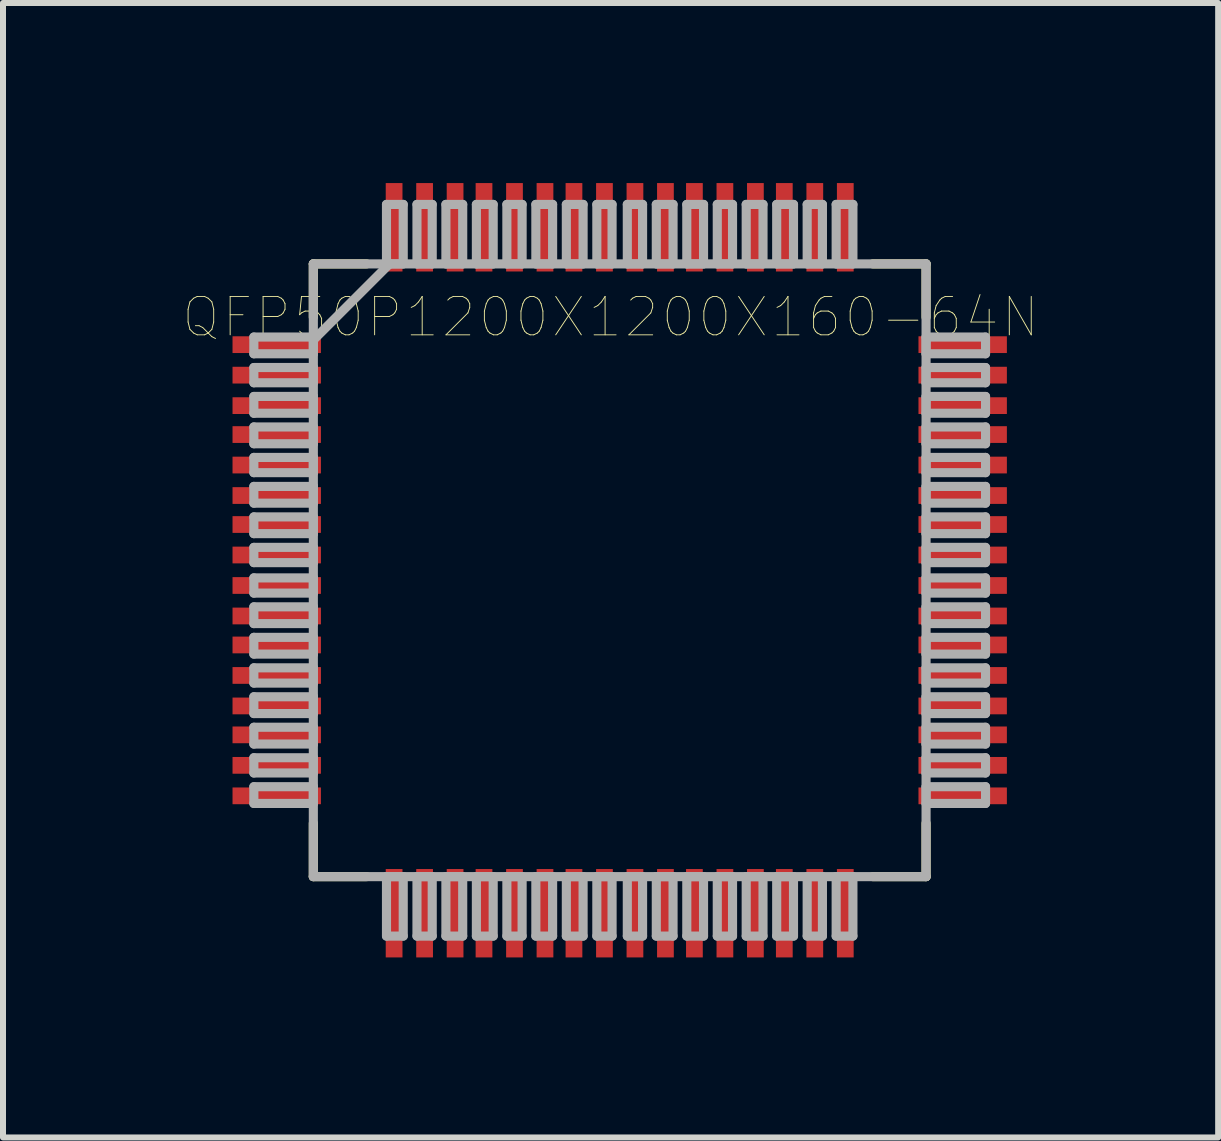
<source format=kicad_pcb>
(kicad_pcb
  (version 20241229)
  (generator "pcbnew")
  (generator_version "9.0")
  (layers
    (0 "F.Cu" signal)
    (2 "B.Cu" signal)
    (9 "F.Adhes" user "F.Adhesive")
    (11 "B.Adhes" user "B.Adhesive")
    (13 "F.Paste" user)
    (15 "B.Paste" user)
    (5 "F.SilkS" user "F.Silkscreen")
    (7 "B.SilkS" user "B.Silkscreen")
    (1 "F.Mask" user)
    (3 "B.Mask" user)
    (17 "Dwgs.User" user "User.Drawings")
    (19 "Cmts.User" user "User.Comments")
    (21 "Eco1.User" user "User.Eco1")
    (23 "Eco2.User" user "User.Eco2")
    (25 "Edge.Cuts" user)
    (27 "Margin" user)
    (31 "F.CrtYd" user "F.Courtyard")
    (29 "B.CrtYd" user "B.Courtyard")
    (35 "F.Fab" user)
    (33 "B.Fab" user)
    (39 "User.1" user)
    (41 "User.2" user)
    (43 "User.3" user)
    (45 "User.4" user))
  (footprint "QFP50P1200X1200X160-64N"
    (layer "F.Cu")
    (at 7.276 6.452)
    (property "Reference" "QFP50P1200X1200X160-64N" (at -0.152 -4.218 0) (layer "F.SilkS") (effects (font (size 0.64 0.64) (thickness 0.015))))
    (attr through_hole)
    (fp_line (start -5.105 -5.105) (end -5.105 -4.216) (stroke (width 0.152) (type solid)) (layer "F.SilkS"))
    (fp_line (start -5.105 4.216) (end -5.105 5.105) (stroke (width 0.152) (type solid)) (layer "F.SilkS"))
    (fp_line (start -5.105 5.105) (end -4.216 5.105) (stroke (width 0.152) (type solid)) (layer "F.SilkS"))
    (fp_line (start -4.216 -5.105) (end -5.105 -5.105) (stroke (width 0.152) (type solid)) (layer "F.SilkS"))
    (fp_line (start 4.216 5.105) (end 5.105 5.105) (stroke (width 0.152) (type solid)) (layer "F.SilkS"))
    (fp_line (start 5.105 -5.105) (end 4.216 -5.105) (stroke (width 0.152) (type solid)) (layer "F.SilkS"))
    (fp_line (start 5.105 -4.216) (end 5.105 -5.105) (stroke (width 0.152) (type solid)) (layer "F.SilkS"))
    (fp_line (start 5.105 5.105) (end 5.105 4.216) (stroke (width 0.152) (type solid)) (layer "F.SilkS"))
    (fp_line (start -6.096 -3.886) (end -6.096 -3.607) (stroke (width 0.152) (type solid)) (layer "F.Fab"))
    (fp_line (start -6.096 -3.607) (end -5.105 -3.607) (stroke (width 0.152) (type solid)) (layer "F.Fab"))
    (fp_line (start -6.096 -3.378) (end -6.096 -3.124) (stroke (width 0.152) (type solid)) (layer "F.Fab"))
    (fp_line (start -6.096 -3.124) (end -5.105 -3.124) (stroke (width 0.152) (type solid)) (layer "F.Fab"))
    (fp_line (start -6.096 -2.896) (end -6.096 -2.616) (stroke (width 0.152) (type solid)) (layer "F.Fab"))
    (fp_line (start -6.096 -2.616) (end -5.105 -2.616) (stroke (width 0.152) (type solid)) (layer "F.Fab"))
    (fp_line (start -6.096 -2.388) (end -6.096 -2.108) (stroke (width 0.152) (type solid)) (layer "F.Fab"))
    (fp_line (start -6.096 -2.108) (end -5.105 -2.108) (stroke (width 0.152) (type solid)) (layer "F.Fab"))
    (fp_line (start -6.096 -1.88) (end -6.096 -1.626) (stroke (width 0.152) (type solid)) (layer "F.Fab"))
    (fp_line (start -6.096 -1.626) (end -5.105 -1.626) (stroke (width 0.152) (type solid)) (layer "F.Fab"))
    (fp_line (start -6.096 -1.397) (end -6.096 -1.118) (stroke (width 0.152) (type solid)) (layer "F.Fab"))
    (fp_line (start -6.096 -1.118) (end -5.105 -1.118) (stroke (width 0.152) (type solid)) (layer "F.Fab"))
    (fp_line (start -6.096 -0.889) (end -6.096 -0.61) (stroke (width 0.152) (type solid)) (layer "F.Fab"))
    (fp_line (start -6.096 -0.61) (end -5.105 -0.61) (stroke (width 0.152) (type solid)) (layer "F.Fab"))
    (fp_line (start -6.096 -0.381) (end -6.096 -0.127) (stroke (width 0.152) (type solid)) (layer "F.Fab"))
    (fp_line (start -6.096 -0.127) (end -5.105 -0.127) (stroke (width 0.152) (type solid)) (layer "F.Fab"))
    (fp_line (start -6.096 0.127) (end -6.096 0.381) (stroke (width 0.152) (type solid)) (layer "F.Fab"))
    (fp_line (start -6.096 0.381) (end -5.105 0.381) (stroke (width 0.152) (type solid)) (layer "F.Fab"))
    (fp_line (start -6.096 0.61) (end -6.096 0.889) (stroke (width 0.152) (type solid)) (layer "F.Fab"))
    (fp_line (start -6.096 0.889) (end -5.105 0.889) (stroke (width 0.152) (type solid)) (layer "F.Fab"))
    (fp_line (start -6.096 1.118) (end -6.096 1.397) (stroke (width 0.152) (type solid)) (layer "F.Fab"))
    (fp_line (start -6.096 1.397) (end -5.105 1.397) (stroke (width 0.152) (type solid)) (layer "F.Fab"))
    (fp_line (start -6.096 1.626) (end -6.096 1.88) (stroke (width 0.152) (type solid)) (layer "F.Fab"))
    (fp_line (start -6.096 1.88) (end -5.105 1.88) (stroke (width 0.152) (type solid)) (layer "F.Fab"))
    (fp_line (start -6.096 2.108) (end -6.096 2.388) (stroke (width 0.152) (type solid)) (layer "F.Fab"))
    (fp_line (start -6.096 2.388) (end -5.105 2.388) (stroke (width 0.152) (type solid)) (layer "F.Fab"))
    (fp_line (start -6.096 2.616) (end -6.096 2.896) (stroke (width 0.152) (type solid)) (layer "F.Fab"))
    (fp_line (start -6.096 2.896) (end -5.105 2.896) (stroke (width 0.152) (type solid)) (layer "F.Fab"))
    (fp_line (start -6.096 3.124) (end -6.096 3.378) (stroke (width 0.152) (type solid)) (layer "F.Fab"))
    (fp_line (start -6.096 3.378) (end -5.105 3.378) (stroke (width 0.152) (type solid)) (layer "F.Fab"))
    (fp_line (start -6.096 3.607) (end -6.096 3.886) (stroke (width 0.152) (type solid)) (layer "F.Fab"))
    (fp_line (start -6.096 3.886) (end -5.105 3.886) (stroke (width 0.152) (type solid)) (layer "F.Fab"))
    (fp_line (start -5.105 -5.105) (end -5.105 5.105) (stroke (width 0.152) (type solid)) (layer "F.Fab"))
    (fp_line (start -5.105 -3.886) (end -6.096 -3.886) (stroke (width 0.152) (type solid)) (layer "F.Fab"))
    (fp_line (start -5.105 -3.835) (end -5.105 -3.886) (stroke (width 0.152) (type solid)) (layer "F.Fab"))
    (fp_line (start -5.105 -3.835) (end -3.835 -5.105) (stroke (width 0.152) (type solid)) (layer "F.Fab"))
    (fp_line (start -5.105 -3.607) (end -5.105 -3.835) (stroke (width 0.152) (type solid)) (layer "F.Fab"))
    (fp_line (start -5.105 -3.378) (end -6.096 -3.378) (stroke (width 0.152) (type solid)) (layer "F.Fab"))
    (fp_line (start -5.105 -3.124) (end -5.105 -3.378) (stroke (width 0.152) (type solid)) (layer "F.Fab"))
    (fp_line (start -5.105 -2.896) (end -6.096 -2.896) (stroke (width 0.152) (type solid)) (layer "F.Fab"))
    (fp_line (start -5.105 -2.616) (end -5.105 -2.896) (stroke (width 0.152) (type solid)) (layer "F.Fab"))
    (fp_line (start -5.105 -2.388) (end -6.096 -2.388) (stroke (width 0.152) (type solid)) (layer "F.Fab"))
    (fp_line (start -5.105 -2.108) (end -5.105 -2.388) (stroke (width 0.152) (type solid)) (layer "F.Fab"))
    (fp_line (start -5.105 -1.88) (end -6.096 -1.88) (stroke (width 0.152) (type solid)) (layer "F.Fab"))
    (fp_line (start -5.105 -1.626) (end -5.105 -1.88) (stroke (width 0.152) (type solid)) (layer "F.Fab"))
    (fp_line (start -5.105 -1.397) (end -6.096 -1.397) (stroke (width 0.152) (type solid)) (layer "F.Fab"))
    (fp_line (start -5.105 -1.118) (end -5.105 -1.397) (stroke (width 0.152) (type solid)) (layer "F.Fab"))
    (fp_line (start -5.105 -0.889) (end -6.096 -0.889) (stroke (width 0.152) (type solid)) (layer "F.Fab"))
    (fp_line (start -5.105 -0.61) (end -5.105 -0.889) (stroke (width 0.152) (type solid)) (layer "F.Fab"))
    (fp_line (start -5.105 -0.381) (end -6.096 -0.381) (stroke (width 0.152) (type solid)) (layer "F.Fab"))
    (fp_line (start -5.105 -0.127) (end -5.105 -0.381) (stroke (width 0.152) (type solid)) (layer "F.Fab"))
    (fp_line (start -5.105 0.127) (end -6.096 0.127) (stroke (width 0.152) (type solid)) (layer "F.Fab"))
    (fp_line (start -5.105 0.381) (end -5.105 0.127) (stroke (width 0.152) (type solid)) (layer "F.Fab"))
    (fp_line (start -5.105 0.61) (end -6.096 0.61) (stroke (width 0.152) (type solid)) (layer "F.Fab"))
    (fp_line (start -5.105 0.889) (end -5.105 0.61) (stroke (width 0.152) (type solid)) (layer "F.Fab"))
    (fp_line (start -5.105 1.118) (end -6.096 1.118) (stroke (width 0.152) (type solid)) (layer "F.Fab"))
    (fp_line (start -5.105 1.397) (end -5.105 1.118) (stroke (width 0.152) (type solid)) (layer "F.Fab"))
    (fp_line (start -5.105 1.626) (end -6.096 1.626) (stroke (width 0.152) (type solid)) (layer "F.Fab"))
    (fp_line (start -5.105 1.88) (end -5.105 1.626) (stroke (width 0.152) (type solid)) (layer "F.Fab"))
    (fp_line (start -5.105 2.108) (end -6.096 2.108) (stroke (width 0.152) (type solid)) (layer "F.Fab"))
    (fp_line (start -5.105 2.388) (end -5.105 2.108) (stroke (width 0.152) (type solid)) (layer "F.Fab"))
    (fp_line (start -5.105 2.616) (end -6.096 2.616) (stroke (width 0.152) (type solid)) (layer "F.Fab"))
    (fp_line (start -5.105 2.896) (end -5.105 2.616) (stroke (width 0.152) (type solid)) (layer "F.Fab"))
    (fp_line (start -5.105 3.124) (end -6.096 3.124) (stroke (width 0.152) (type solid)) (layer "F.Fab"))
    (fp_line (start -5.105 3.378) (end -5.105 3.124) (stroke (width 0.152) (type solid)) (layer "F.Fab"))
    (fp_line (start -5.105 3.607) (end -6.096 3.607) (stroke (width 0.152) (type solid)) (layer "F.Fab"))
    (fp_line (start -5.105 3.886) (end -5.105 3.607) (stroke (width 0.152) (type solid)) (layer "F.Fab"))
    (fp_line (start -5.105 5.105) (end 5.105 5.105) (stroke (width 0.152) (type solid)) (layer "F.Fab"))
    (fp_line (start -3.886 -6.096) (end -3.886 -5.105) (stroke (width 0.152) (type solid)) (layer "F.Fab"))
    (fp_line (start -3.886 -5.105) (end -3.835 -5.105) (stroke (width 0.152) (type solid)) (layer "F.Fab"))
    (fp_line (start -3.886 5.105) (end -3.886 6.096) (stroke (width 0.152) (type solid)) (layer "F.Fab"))
    (fp_line (start -3.886 6.096) (end -3.607 6.096) (stroke (width 0.152) (type solid)) (layer "F.Fab"))
    (fp_line (start -3.835 -5.105) (end -3.607 -5.105) (stroke (width 0.152) (type solid)) (layer "F.Fab"))
    (fp_line (start -3.607 -6.096) (end -3.886 -6.096) (stroke (width 0.152) (type solid)) (layer "F.Fab"))
    (fp_line (start -3.607 -5.105) (end -3.607 -6.096) (stroke (width 0.152) (type solid)) (layer "F.Fab"))
    (fp_line (start -3.607 5.105) (end -3.886 5.105) (stroke (width 0.152) (type solid)) (layer "F.Fab"))
    (fp_line (start -3.607 6.096) (end -3.607 5.105) (stroke (width 0.152) (type solid)) (layer "F.Fab"))
    (fp_line (start -3.378 -6.096) (end -3.378 -5.105) (stroke (width 0.152) (type solid)) (layer "F.Fab"))
    (fp_line (start -3.378 -5.105) (end -3.124 -5.105) (stroke (width 0.152) (type solid)) (layer "F.Fab"))
    (fp_line (start -3.378 5.105) (end -3.378 6.096) (stroke (width 0.152) (type solid)) (layer "F.Fab"))
    (fp_line (start -3.378 6.096) (end -3.124 6.096) (stroke (width 0.152) (type solid)) (layer "F.Fab"))
    (fp_line (start -3.124 -6.096) (end -3.378 -6.096) (stroke (width 0.152) (type solid)) (layer "F.Fab"))
    (fp_line (start -3.124 -5.105) (end -3.124 -6.096) (stroke (width 0.152) (type solid)) (layer "F.Fab"))
    (fp_line (start -3.124 5.105) (end -3.378 5.105) (stroke (width 0.152) (type solid)) (layer "F.Fab"))
    (fp_line (start -3.124 6.096) (end -3.124 5.105) (stroke (width 0.152) (type solid)) (layer "F.Fab"))
    (fp_line (start -2.896 -6.096) (end -2.896 -5.105) (stroke (width 0.152) (type solid)) (layer "F.Fab"))
    (fp_line (start -2.896 -5.105) (end -2.616 -5.105) (stroke (width 0.152) (type solid)) (layer "F.Fab"))
    (fp_line (start -2.896 5.105) (end -2.896 6.096) (stroke (width 0.152) (type solid)) (layer "F.Fab"))
    (fp_line (start -2.896 6.096) (end -2.616 6.096) (stroke (width 0.152) (type solid)) (layer "F.Fab"))
    (fp_line (start -2.616 -6.096) (end -2.896 -6.096) (stroke (width 0.152) (type solid)) (layer "F.Fab"))
    (fp_line (start -2.616 -5.105) (end -2.616 -6.096) (stroke (width 0.152) (type solid)) (layer "F.Fab"))
    (fp_line (start -2.616 5.105) (end -2.896 5.105) (stroke (width 0.152) (type solid)) (layer "F.Fab"))
    (fp_line (start -2.616 6.096) (end -2.616 5.105) (stroke (width 0.152) (type solid)) (layer "F.Fab"))
    (fp_line (start -2.388 -6.096) (end -2.388 -5.105) (stroke (width 0.152) (type solid)) (layer "F.Fab"))
    (fp_line (start -2.388 -5.105) (end -2.108 -5.105) (stroke (width 0.152) (type solid)) (layer "F.Fab"))
    (fp_line (start -2.388 5.105) (end -2.388 6.096) (stroke (width 0.152) (type solid)) (layer "F.Fab"))
    (fp_line (start -2.388 6.096) (end -2.108 6.096) (stroke (width 0.152) (type solid)) (layer "F.Fab"))
    (fp_line (start -2.108 -6.096) (end -2.388 -6.096) (stroke (width 0.152) (type solid)) (layer "F.Fab"))
    (fp_line (start -2.108 -5.105) (end -2.108 -6.096) (stroke (width 0.152) (type solid)) (layer "F.Fab"))
    (fp_line (start -2.108 5.105) (end -2.388 5.105) (stroke (width 0.152) (type solid)) (layer "F.Fab"))
    (fp_line (start -2.108 6.096) (end -2.108 5.105) (stroke (width 0.152) (type solid)) (layer "F.Fab"))
    (fp_line (start -1.88 -6.096) (end -1.88 -5.105) (stroke (width 0.152) (type solid)) (layer "F.Fab"))
    (fp_line (start -1.88 -5.105) (end -1.626 -5.105) (stroke (width 0.152) (type solid)) (layer "F.Fab"))
    (fp_line (start -1.88 5.105) (end -1.88 6.096) (stroke (width 0.152) (type solid)) (layer "F.Fab"))
    (fp_line (start -1.88 6.096) (end -1.626 6.096) (stroke (width 0.152) (type solid)) (layer "F.Fab"))
    (fp_line (start -1.626 -6.096) (end -1.88 -6.096) (stroke (width 0.152) (type solid)) (layer "F.Fab"))
    (fp_line (start -1.626 -5.105) (end -1.626 -6.096) (stroke (width 0.152) (type solid)) (layer "F.Fab"))
    (fp_line (start -1.626 5.105) (end -1.88 5.105) (stroke (width 0.152) (type solid)) (layer "F.Fab"))
    (fp_line (start -1.626 6.096) (end -1.626 5.105) (stroke (width 0.152) (type solid)) (layer "F.Fab"))
    (fp_line (start -1.397 -6.096) (end -1.397 -5.105) (stroke (width 0.152) (type solid)) (layer "F.Fab"))
    (fp_line (start -1.397 -5.105) (end -1.118 -5.105) (stroke (width 0.152) (type solid)) (layer "F.Fab"))
    (fp_line (start -1.397 5.105) (end -1.397 6.096) (stroke (width 0.152) (type solid)) (layer "F.Fab"))
    (fp_line (start -1.397 6.096) (end -1.118 6.096) (stroke (width 0.152) (type solid)) (layer "F.Fab"))
    (fp_line (start -1.118 -6.096) (end -1.397 -6.096) (stroke (width 0.152) (type solid)) (layer "F.Fab"))
    (fp_line (start -1.118 -5.105) (end -1.118 -6.096) (stroke (width 0.152) (type solid)) (layer "F.Fab"))
    (fp_line (start -1.118 5.105) (end -1.397 5.105) (stroke (width 0.152) (type solid)) (layer "F.Fab"))
    (fp_line (start -1.118 6.096) (end -1.118 5.105) (stroke (width 0.152) (type solid)) (layer "F.Fab"))
    (fp_line (start -0.889 -6.096) (end -0.889 -5.105) (stroke (width 0.152) (type solid)) (layer "F.Fab"))
    (fp_line (start -0.889 -5.105) (end -0.61 -5.105) (stroke (width 0.152) (type solid)) (layer "F.Fab"))
    (fp_line (start -0.889 5.105) (end -0.889 6.096) (stroke (width 0.152) (type solid)) (layer "F.Fab"))
    (fp_line (start -0.889 6.096) (end -0.61 6.096) (stroke (width 0.152) (type solid)) (layer "F.Fab"))
    (fp_line (start -0.61 -6.096) (end -0.889 -6.096) (stroke (width 0.152) (type solid)) (layer "F.Fab"))
    (fp_line (start -0.61 -5.105) (end -0.61 -6.096) (stroke (width 0.152) (type solid)) (layer "F.Fab"))
    (fp_line (start -0.61 5.105) (end -0.889 5.105) (stroke (width 0.152) (type solid)) (layer "F.Fab"))
    (fp_line (start -0.61 6.096) (end -0.61 5.105) (stroke (width 0.152) (type solid)) (layer "F.Fab"))
    (fp_line (start -0.381 -6.096) (end -0.381 -5.105) (stroke (width 0.152) (type solid)) (layer "F.Fab"))
    (fp_line (start -0.381 -5.105) (end -0.127 -5.105) (stroke (width 0.152) (type solid)) (layer "F.Fab"))
    (fp_line (start -0.381 5.105) (end -0.381 6.096) (stroke (width 0.152) (type solid)) (layer "F.Fab"))
    (fp_line (start -0.381 6.096) (end -0.127 6.096) (stroke (width 0.152) (type solid)) (layer "F.Fab"))
    (fp_line (start -0.127 -6.096) (end -0.381 -6.096) (stroke (width 0.152) (type solid)) (layer "F.Fab"))
    (fp_line (start -0.127 -5.105) (end -0.127 -6.096) (stroke (width 0.152) (type solid)) (layer "F.Fab"))
    (fp_line (start -0.127 5.105) (end -0.381 5.105) (stroke (width 0.152) (type solid)) (layer "F.Fab"))
    (fp_line (start -0.127 6.096) (end -0.127 5.105) (stroke (width 0.152) (type solid)) (layer "F.Fab"))
    (fp_line (start 0.127 -6.096) (end 0.127 -5.105) (stroke (width 0.152) (type solid)) (layer "F.Fab"))
    (fp_line (start 0.127 -5.105) (end 0.381 -5.105) (stroke (width 0.152) (type solid)) (layer "F.Fab"))
    (fp_line (start 0.127 5.105) (end 0.127 6.096) (stroke (width 0.152) (type solid)) (layer "F.Fab"))
    (fp_line (start 0.127 6.096) (end 0.381 6.096) (stroke (width 0.152) (type solid)) (layer "F.Fab"))
    (fp_line (start 0.381 -6.096) (end 0.127 -6.096) (stroke (width 0.152) (type solid)) (layer "F.Fab"))
    (fp_line (start 0.381 -5.105) (end 0.381 -6.096) (stroke (width 0.152) (type solid)) (layer "F.Fab"))
    (fp_line (start 0.381 5.105) (end 0.127 5.105) (stroke (width 0.152) (type solid)) (layer "F.Fab"))
    (fp_line (start 0.381 6.096) (end 0.381 5.105) (stroke (width 0.152) (type solid)) (layer "F.Fab"))
    (fp_line (start 0.61 -6.096) (end 0.61 -5.105) (stroke (width 0.152) (type solid)) (layer "F.Fab"))
    (fp_line (start 0.61 -5.105) (end 0.889 -5.105) (stroke (width 0.152) (type solid)) (layer "F.Fab"))
    (fp_line (start 0.61 5.105) (end 0.61 6.096) (stroke (width 0.152) (type solid)) (layer "F.Fab"))
    (fp_line (start 0.61 6.096) (end 0.889 6.096) (stroke (width 0.152) (type solid)) (layer "F.Fab"))
    (fp_line (start 0.889 -6.096) (end 0.61 -6.096) (stroke (width 0.152) (type solid)) (layer "F.Fab"))
    (fp_line (start 0.889 -5.105) (end 0.889 -6.096) (stroke (width 0.152) (type solid)) (layer "F.Fab"))
    (fp_line (start 0.889 5.105) (end 0.61 5.105) (stroke (width 0.152) (type solid)) (layer "F.Fab"))
    (fp_line (start 0.889 6.096) (end 0.889 5.105) (stroke (width 0.152) (type solid)) (layer "F.Fab"))
    (fp_line (start 1.118 -6.096) (end 1.118 -5.105) (stroke (width 0.152) (type solid)) (layer "F.Fab"))
    (fp_line (start 1.118 -5.105) (end 1.397 -5.105) (stroke (width 0.152) (type solid)) (layer "F.Fab"))
    (fp_line (start 1.118 5.105) (end 1.118 6.096) (stroke (width 0.152) (type solid)) (layer "F.Fab"))
    (fp_line (start 1.118 6.096) (end 1.397 6.096) (stroke (width 0.152) (type solid)) (layer "F.Fab"))
    (fp_line (start 1.397 -6.096) (end 1.118 -6.096) (stroke (width 0.152) (type solid)) (layer "F.Fab"))
    (fp_line (start 1.397 -5.105) (end 1.397 -6.096) (stroke (width 0.152) (type solid)) (layer "F.Fab"))
    (fp_line (start 1.397 5.105) (end 1.118 5.105) (stroke (width 0.152) (type solid)) (layer "F.Fab"))
    (fp_line (start 1.397 6.096) (end 1.397 5.105) (stroke (width 0.152) (type solid)) (layer "F.Fab"))
    (fp_line (start 1.626 -6.096) (end 1.626 -5.105) (stroke (width 0.152) (type solid)) (layer "F.Fab"))
    (fp_line (start 1.626 -5.105) (end 1.88 -5.105) (stroke (width 0.152) (type solid)) (layer "F.Fab"))
    (fp_line (start 1.626 5.105) (end 1.626 6.096) (stroke (width 0.152) (type solid)) (layer "F.Fab"))
    (fp_line (start 1.626 6.096) (end 1.88 6.096) (stroke (width 0.152) (type solid)) (layer "F.Fab"))
    (fp_line (start 1.88 -6.096) (end 1.626 -6.096) (stroke (width 0.152) (type solid)) (layer "F.Fab"))
    (fp_line (start 1.88 -5.105) (end 1.88 -6.096) (stroke (width 0.152) (type solid)) (layer "F.Fab"))
    (fp_line (start 1.88 5.105) (end 1.626 5.105) (stroke (width 0.152) (type solid)) (layer "F.Fab"))
    (fp_line (start 1.88 6.096) (end 1.88 5.105) (stroke (width 0.152) (type solid)) (layer "F.Fab"))
    (fp_line (start 2.108 -6.096) (end 2.108 -5.105) (stroke (width 0.152) (type solid)) (layer "F.Fab"))
    (fp_line (start 2.108 -5.105) (end 2.388 -5.105) (stroke (width 0.152) (type solid)) (layer "F.Fab"))
    (fp_line (start 2.108 5.105) (end 2.108 6.096) (stroke (width 0.152) (type solid)) (layer "F.Fab"))
    (fp_line (start 2.108 6.096) (end 2.388 6.096) (stroke (width 0.152) (type solid)) (layer "F.Fab"))
    (fp_line (start 2.388 -6.096) (end 2.108 -6.096) (stroke (width 0.152) (type solid)) (layer "F.Fab"))
    (fp_line (start 2.388 -5.105) (end 2.388 -6.096) (stroke (width 0.152) (type solid)) (layer "F.Fab"))
    (fp_line (start 2.388 5.105) (end 2.108 5.105) (stroke (width 0.152) (type solid)) (layer "F.Fab"))
    (fp_line (start 2.388 6.096) (end 2.388 5.105) (stroke (width 0.152) (type solid)) (layer "F.Fab"))
    (fp_line (start 2.616 -6.096) (end 2.616 -5.105) (stroke (width 0.152) (type solid)) (layer "F.Fab"))
    (fp_line (start 2.616 -5.105) (end 2.896 -5.105) (stroke (width 0.152) (type solid)) (layer "F.Fab"))
    (fp_line (start 2.616 5.105) (end 2.616 6.096) (stroke (width 0.152) (type solid)) (layer "F.Fab"))
    (fp_line (start 2.616 6.096) (end 2.896 6.096) (stroke (width 0.152) (type solid)) (layer "F.Fab"))
    (fp_line (start 2.896 -6.096) (end 2.616 -6.096) (stroke (width 0.152) (type solid)) (layer "F.Fab"))
    (fp_line (start 2.896 -5.105) (end 2.896 -6.096) (stroke (width 0.152) (type solid)) (layer "F.Fab"))
    (fp_line (start 2.896 5.105) (end 2.616 5.105) (stroke (width 0.152) (type solid)) (layer "F.Fab"))
    (fp_line (start 2.896 6.096) (end 2.896 5.105) (stroke (width 0.152) (type solid)) (layer "F.Fab"))
    (fp_line (start 3.124 -6.096) (end 3.124 -5.105) (stroke (width 0.152) (type solid)) (layer "F.Fab"))
    (fp_line (start 3.124 -5.105) (end 3.378 -5.105) (stroke (width 0.152) (type solid)) (layer "F.Fab"))
    (fp_line (start 3.124 5.105) (end 3.124 6.096) (stroke (width 0.152) (type solid)) (layer "F.Fab"))
    (fp_line (start 3.124 6.096) (end 3.378 6.096) (stroke (width 0.152) (type solid)) (layer "F.Fab"))
    (fp_line (start 3.378 -6.096) (end 3.124 -6.096) (stroke (width 0.152) (type solid)) (layer "F.Fab"))
    (fp_line (start 3.378 -5.105) (end 3.378 -6.096) (stroke (width 0.152) (type solid)) (layer "F.Fab"))
    (fp_line (start 3.378 5.105) (end 3.124 5.105) (stroke (width 0.152) (type solid)) (layer "F.Fab"))
    (fp_line (start 3.378 6.096) (end 3.378 5.105) (stroke (width 0.152) (type solid)) (layer "F.Fab"))
    (fp_line (start 3.607 -6.096) (end 3.607 -5.105) (stroke (width 0.152) (type solid)) (layer "F.Fab"))
    (fp_line (start 3.607 -5.105) (end 3.886 -5.105) (stroke (width 0.152) (type solid)) (layer "F.Fab"))
    (fp_line (start 3.607 5.105) (end 3.607 6.096) (stroke (width 0.152) (type solid)) (layer "F.Fab"))
    (fp_line (start 3.607 6.096) (end 3.886 6.096) (stroke (width 0.152) (type solid)) (layer "F.Fab"))
    (fp_line (start 3.886 -6.096) (end 3.607 -6.096) (stroke (width 0.152) (type solid)) (layer "F.Fab"))
    (fp_line (start 3.886 -5.105) (end 3.886 -6.096) (stroke (width 0.152) (type solid)) (layer "F.Fab"))
    (fp_line (start 3.886 5.105) (end 3.607 5.105) (stroke (width 0.152) (type solid)) (layer "F.Fab"))
    (fp_line (start 3.886 6.096) (end 3.886 5.105) (stroke (width 0.152) (type solid)) (layer "F.Fab"))
    (fp_line (start 5.105 -5.105) (end -5.105 -5.105) (stroke (width 0.152) (type solid)) (layer "F.Fab"))
    (fp_line (start 5.105 -3.886) (end 5.105 -3.607) (stroke (width 0.152) (type solid)) (layer "F.Fab"))
    (fp_line (start 5.105 -3.607) (end 6.096 -3.607) (stroke (width 0.152) (type solid)) (layer "F.Fab"))
    (fp_line (start 5.105 -3.378) (end 5.105 -3.124) (stroke (width 0.152) (type solid)) (layer "F.Fab"))
    (fp_line (start 5.105 -3.124) (end 6.096 -3.124) (stroke (width 0.152) (type solid)) (layer "F.Fab"))
    (fp_line (start 5.105 -2.896) (end 5.105 -2.616) (stroke (width 0.152) (type solid)) (layer "F.Fab"))
    (fp_line (start 5.105 -2.616) (end 6.096 -2.616) (stroke (width 0.152) (type solid)) (layer "F.Fab"))
    (fp_line (start 5.105 -2.388) (end 5.105 -2.108) (stroke (width 0.152) (type solid)) (layer "F.Fab"))
    (fp_line (start 5.105 -2.108) (end 6.096 -2.108) (stroke (width 0.152) (type solid)) (layer "F.Fab"))
    (fp_line (start 5.105 -1.88) (end 5.105 -1.626) (stroke (width 0.152) (type solid)) (layer "F.Fab"))
    (fp_line (start 5.105 -1.626) (end 6.096 -1.626) (stroke (width 0.152) (type solid)) (layer "F.Fab"))
    (fp_line (start 5.105 -1.397) (end 5.105 -1.118) (stroke (width 0.152) (type solid)) (layer "F.Fab"))
    (fp_line (start 5.105 -1.118) (end 6.096 -1.118) (stroke (width 0.152) (type solid)) (layer "F.Fab"))
    (fp_line (start 5.105 -0.889) (end 5.105 -0.61) (stroke (width 0.152) (type solid)) (layer "F.Fab"))
    (fp_line (start 5.105 -0.61) (end 6.096 -0.61) (stroke (width 0.152) (type solid)) (layer "F.Fab"))
    (fp_line (start 5.105 -0.381) (end 5.105 -0.127) (stroke (width 0.152) (type solid)) (layer "F.Fab"))
    (fp_line (start 5.105 -0.127) (end 6.096 -0.127) (stroke (width 0.152) (type solid)) (layer "F.Fab"))
    (fp_line (start 5.105 0.127) (end 5.105 0.381) (stroke (width 0.152) (type solid)) (layer "F.Fab"))
    (fp_line (start 5.105 0.381) (end 6.096 0.381) (stroke (width 0.152) (type solid)) (layer "F.Fab"))
    (fp_line (start 5.105 0.61) (end 5.105 0.889) (stroke (width 0.152) (type solid)) (layer "F.Fab"))
    (fp_line (start 5.105 0.889) (end 6.096 0.889) (stroke (width 0.152) (type solid)) (layer "F.Fab"))
    (fp_line (start 5.105 1.118) (end 5.105 1.397) (stroke (width 0.152) (type solid)) (layer "F.Fab"))
    (fp_line (start 5.105 1.397) (end 6.096 1.397) (stroke (width 0.152) (type solid)) (layer "F.Fab"))
    (fp_line (start 5.105 1.626) (end 5.105 1.88) (stroke (width 0.152) (type solid)) (layer "F.Fab"))
    (fp_line (start 5.105 1.88) (end 6.096 1.88) (stroke (width 0.152) (type solid)) (layer "F.Fab"))
    (fp_line (start 5.105 2.108) (end 5.105 2.388) (stroke (width 0.152) (type solid)) (layer "F.Fab"))
    (fp_line (start 5.105 2.388) (end 6.096 2.388) (stroke (width 0.152) (type solid)) (layer "F.Fab"))
    (fp_line (start 5.105 2.616) (end 5.105 2.896) (stroke (width 0.152) (type solid)) (layer "F.Fab"))
    (fp_line (start 5.105 2.896) (end 6.096 2.896) (stroke (width 0.152) (type solid)) (layer "F.Fab"))
    (fp_line (start 5.105 3.124) (end 5.105 3.378) (stroke (width 0.152) (type solid)) (layer "F.Fab"))
    (fp_line (start 5.105 3.378) (end 6.096 3.378) (stroke (width 0.152) (type solid)) (layer "F.Fab"))
    (fp_line (start 5.105 3.607) (end 5.105 3.886) (stroke (width 0.152) (type solid)) (layer "F.Fab"))
    (fp_line (start 5.105 3.886) (end 6.096 3.886) (stroke (width 0.152) (type solid)) (layer "F.Fab"))
    (fp_line (start 5.105 5.105) (end 5.105 -5.105) (stroke (width 0.152) (type solid)) (layer "F.Fab"))
    (fp_line (start 6.096 -3.886) (end 5.105 -3.886) (stroke (width 0.152) (type solid)) (layer "F.Fab"))
    (fp_line (start 6.096 -3.607) (end 6.096 -3.886) (stroke (width 0.152) (type solid)) (layer "F.Fab"))
    (fp_line (start 6.096 -3.378) (end 5.105 -3.378) (stroke (width 0.152) (type solid)) (layer "F.Fab"))
    (fp_line (start 6.096 -3.124) (end 6.096 -3.378) (stroke (width 0.152) (type solid)) (layer "F.Fab"))
    (fp_line (start 6.096 -2.896) (end 5.105 -2.896) (stroke (width 0.152) (type solid)) (layer "F.Fab"))
    (fp_line (start 6.096 -2.616) (end 6.096 -2.896) (stroke (width 0.152) (type solid)) (layer "F.Fab"))
    (fp_line (start 6.096 -2.388) (end 5.105 -2.388) (stroke (width 0.152) (type solid)) (layer "F.Fab"))
    (fp_line (start 6.096 -2.108) (end 6.096 -2.388) (stroke (width 0.152) (type solid)) (layer "F.Fab"))
    (fp_line (start 6.096 -1.88) (end 5.105 -1.88) (stroke (width 0.152) (type solid)) (layer "F.Fab"))
    (fp_line (start 6.096 -1.626) (end 6.096 -1.88) (stroke (width 0.152) (type solid)) (layer "F.Fab"))
    (fp_line (start 6.096 -1.397) (end 5.105 -1.397) (stroke (width 0.152) (type solid)) (layer "F.Fab"))
    (fp_line (start 6.096 -1.118) (end 6.096 -1.397) (stroke (width 0.152) (type solid)) (layer "F.Fab"))
    (fp_line (start 6.096 -0.889) (end 5.105 -0.889) (stroke (width 0.152) (type solid)) (layer "F.Fab"))
    (fp_line (start 6.096 -0.61) (end 6.096 -0.889) (stroke (width 0.152) (type solid)) (layer "F.Fab"))
    (fp_line (start 6.096 -0.381) (end 5.105 -0.381) (stroke (width 0.152) (type solid)) (layer "F.Fab"))
    (fp_line (start 6.096 -0.127) (end 6.096 -0.381) (stroke (width 0.152) (type solid)) (layer "F.Fab"))
    (fp_line (start 6.096 0.127) (end 5.105 0.127) (stroke (width 0.152) (type solid)) (layer "F.Fab"))
    (fp_line (start 6.096 0.381) (end 6.096 0.127) (stroke (width 0.152) (type solid)) (layer "F.Fab"))
    (fp_line (start 6.096 0.61) (end 5.105 0.61) (stroke (width 0.152) (type solid)) (layer "F.Fab"))
    (fp_line (start 6.096 0.889) (end 6.096 0.61) (stroke (width 0.152) (type solid)) (layer "F.Fab"))
    (fp_line (start 6.096 1.118) (end 5.105 1.118) (stroke (width 0.152) (type solid)) (layer "F.Fab"))
    (fp_line (start 6.096 1.397) (end 6.096 1.118) (stroke (width 0.152) (type solid)) (layer "F.Fab"))
    (fp_line (start 6.096 1.626) (end 5.105 1.626) (stroke (width 0.152) (type solid)) (layer "F.Fab"))
    (fp_line (start 6.096 1.88) (end 6.096 1.626) (stroke (width 0.152) (type solid)) (layer "F.Fab"))
    (fp_line (start 6.096 2.108) (end 5.105 2.108) (stroke (width 0.152) (type solid)) (layer "F.Fab"))
    (fp_line (start 6.096 2.388) (end 6.096 2.108) (stroke (width 0.152) (type solid)) (layer "F.Fab"))
    (fp_line (start 6.096 2.616) (end 5.105 2.616) (stroke (width 0.152) (type solid)) (layer "F.Fab"))
    (fp_line (start 6.096 2.896) (end 6.096 2.616) (stroke (width 0.152) (type solid)) (layer "F.Fab"))
    (fp_line (start 6.096 3.124) (end 5.105 3.124) (stroke (width 0.152) (type solid)) (layer "F.Fab"))
    (fp_line (start 6.096 3.378) (end 6.096 3.124) (stroke (width 0.152) (type solid)) (layer "F.Fab"))
    (fp_line (start 6.096 3.607) (end 5.105 3.607) (stroke (width 0.152) (type solid)) (layer "F.Fab"))
    (fp_line (start 6.096 3.886) (end 6.096 3.607) (stroke (width 0.152) (type solid)) (layer "F.Fab"))
    (pad "1" smd rect (at -5.715 -3.759) (size 1.473 0.279) (layers "F.Cu" "F.Mask" "F.Paste"))
    (pad "2" smd rect (at -5.715 -3.251) (size 1.473 0.279) (layers "F.Cu" "F.Mask" "F.Paste"))
    (pad "3" smd rect (at -5.715 -2.743) (size 1.473 0.279) (layers "F.Cu" "F.Mask" "F.Paste"))
    (pad "4" smd rect (at -5.715 -2.261) (size 1.473 0.279) (layers "F.Cu" "F.Mask" "F.Paste"))
    (pad "5" smd rect (at -5.715 -1.753) (size 1.473 0.279) (layers "F.Cu" "F.Mask" "F.Paste"))
    (pad "6" smd rect (at -5.715 -1.245) (size 1.473 0.279) (layers "F.Cu" "F.Mask" "F.Paste"))
    (pad "7" smd rect (at -5.715 -0.762) (size 1.473 0.279) (layers "F.Cu" "F.Mask" "F.Paste"))
    (pad "8" smd rect (at -5.715 -0.254) (size 1.473 0.279) (layers "F.Cu" "F.Mask" "F.Paste"))
    (pad "9" smd rect (at -5.715 0.254) (size 1.473 0.279) (layers "F.Cu" "F.Mask" "F.Paste"))
    (pad "10" smd rect (at -5.715 0.762) (size 1.473 0.279) (layers "F.Cu" "F.Mask" "F.Paste"))
    (pad "11" smd rect (at -5.715 1.245) (size 1.473 0.279) (layers "F.Cu" "F.Mask" "F.Paste"))
    (pad "12" smd rect (at -5.715 1.753) (size 1.473 0.279) (layers "F.Cu" "F.Mask" "F.Paste"))
    (pad "13" smd rect (at -5.715 2.261) (size 1.473 0.279) (layers "F.Cu" "F.Mask" "F.Paste"))
    (pad "14" smd rect (at -5.715 2.743) (size 1.473 0.279) (layers "F.Cu" "F.Mask" "F.Paste"))
    (pad "15" smd rect (at -5.715 3.251) (size 1.473 0.279) (layers "F.Cu" "F.Mask" "F.Paste"))
    (pad "16" smd rect (at -5.715 3.759) (size 1.473 0.279) (layers "F.Cu" "F.Mask" "F.Paste"))
    (pad "17" smd rect (at -3.759 5.715) (size 0.279 1.473) (layers "F.Cu" "F.Mask" "F.Paste"))
    (pad "18" smd rect (at -3.251 5.715) (size 0.279 1.473) (layers "F.Cu" "F.Mask" "F.Paste"))
    (pad "19" smd rect (at -2.743 5.715) (size 0.279 1.473) (layers "F.Cu" "F.Mask" "F.Paste"))
    (pad "20" smd rect (at -2.261 5.715) (size 0.279 1.473) (layers "F.Cu" "F.Mask" "F.Paste"))
    (pad "21" smd rect (at -1.753 5.715) (size 0.279 1.473) (layers "F.Cu" "F.Mask" "F.Paste"))
    (pad "22" smd rect (at -1.245 5.715) (size 0.279 1.473) (layers "F.Cu" "F.Mask" "F.Paste"))
    (pad "23" smd rect (at -0.762 5.715) (size 0.279 1.473) (layers "F.Cu" "F.Mask" "F.Paste"))
    (pad "24" smd rect (at -0.254 5.715) (size 0.279 1.473) (layers "F.Cu" "F.Mask" "F.Paste"))
    (pad "25" smd rect (at 0.254 5.715) (size 0.279 1.473) (layers "F.Cu" "F.Mask" "F.Paste"))
    (pad "26" smd rect (at 0.762 5.715) (size 0.279 1.473) (layers "F.Cu" "F.Mask" "F.Paste"))
    (pad "27" smd rect (at 1.245 5.715) (size 0.279 1.473) (layers "F.Cu" "F.Mask" "F.Paste"))
    (pad "28" smd rect (at 1.753 5.715) (size 0.279 1.473) (layers "F.Cu" "F.Mask" "F.Paste"))
    (pad "29" smd rect (at 2.261 5.715) (size 0.279 1.473) (layers "F.Cu" "F.Mask" "F.Paste"))
    (pad "30" smd rect (at 2.743 5.715) (size 0.279 1.473) (layers "F.Cu" "F.Mask" "F.Paste"))
    (pad "31" smd rect (at 3.251 5.715) (size 0.279 1.473) (layers "F.Cu" "F.Mask" "F.Paste"))
    (pad "32" smd rect (at 3.759 5.715) (size 0.279 1.473) (layers "F.Cu" "F.Mask" "F.Paste"))
    (pad "33" smd rect (at 5.715 3.759) (size 1.473 0.279) (layers "F.Cu" "F.Mask" "F.Paste"))
    (pad "34" smd rect (at 5.715 3.251) (size 1.473 0.279) (layers "F.Cu" "F.Mask" "F.Paste"))
    (pad "35" smd rect (at 5.715 2.743) (size 1.473 0.279) (layers "F.Cu" "F.Mask" "F.Paste"))
    (pad "36" smd rect (at 5.715 2.261) (size 1.473 0.279) (layers "F.Cu" "F.Mask" "F.Paste"))
    (pad "37" smd rect (at 5.715 1.753) (size 1.473 0.279) (layers "F.Cu" "F.Mask" "F.Paste"))
    (pad "38" smd rect (at 5.715 1.245) (size 1.473 0.279) (layers "F.Cu" "F.Mask" "F.Paste"))
    (pad "39" smd rect (at 5.715 0.762) (size 1.473 0.279) (layers "F.Cu" "F.Mask" "F.Paste"))
    (pad "40" smd rect (at 5.715 0.254) (size 1.473 0.279) (layers "F.Cu" "F.Mask" "F.Paste"))
    (pad "41" smd rect (at 5.715 -0.254) (size 1.473 0.279) (layers "F.Cu" "F.Mask" "F.Paste"))
    (pad "42" smd rect (at 5.715 -0.762) (size 1.473 0.279) (layers "F.Cu" "F.Mask" "F.Paste"))
    (pad "43" smd rect (at 5.715 -1.245) (size 1.473 0.279) (layers "F.Cu" "F.Mask" "F.Paste"))
    (pad "44" smd rect (at 5.715 -1.753) (size 1.473 0.279) (layers "F.Cu" "F.Mask" "F.Paste"))
    (pad "45" smd rect (at 5.715 -2.261) (size 1.473 0.279) (layers "F.Cu" "F.Mask" "F.Paste"))
    (pad "46" smd rect (at 5.715 -2.743) (size 1.473 0.279) (layers "F.Cu" "F.Mask" "F.Paste"))
    (pad "47" smd rect (at 5.715 -3.251) (size 1.473 0.279) (layers "F.Cu" "F.Mask" "F.Paste"))
    (pad "48" smd rect (at 5.715 -3.759) (size 1.473 0.279) (layers "F.Cu" "F.Mask" "F.Paste"))
    (pad "49" smd rect (at 3.759 -5.715) (size 0.279 1.473) (layers "F.Cu" "F.Mask" "F.Paste"))
    (pad "50" smd rect (at 3.251 -5.715) (size 0.279 1.473) (layers "F.Cu" "F.Mask" "F.Paste"))
    (pad "51" smd rect (at 2.743 -5.715) (size 0.279 1.473) (layers "F.Cu" "F.Mask" "F.Paste"))
    (pad "52" smd rect (at 2.261 -5.715) (size 0.279 1.473) (layers "F.Cu" "F.Mask" "F.Paste"))
    (pad "53" smd rect (at 1.753 -5.715) (size 0.279 1.473) (layers "F.Cu" "F.Mask" "F.Paste"))
    (pad "54" smd rect (at 1.245 -5.715) (size 0.279 1.473) (layers "F.Cu" "F.Mask" "F.Paste"))
    (pad "55" smd rect (at 0.762 -5.715) (size 0.279 1.473) (layers "F.Cu" "F.Mask" "F.Paste"))
    (pad "56" smd rect (at 0.254 -5.715) (size 0.279 1.473) (layers "F.Cu" "F.Mask" "F.Paste"))
    (pad "57" smd rect (at -0.254 -5.715) (size 0.279 1.473) (layers "F.Cu" "F.Mask" "F.Paste"))
    (pad "58" smd rect (at -0.762 -5.715) (size 0.279 1.473) (layers "F.Cu" "F.Mask" "F.Paste"))
    (pad "59" smd rect (at -1.245 -5.715) (size 0.279 1.473) (layers "F.Cu" "F.Mask" "F.Paste"))
    (pad "60" smd rect (at -1.753 -5.715) (size 0.279 1.473) (layers "F.Cu" "F.Mask" "F.Paste"))
    (pad "61" smd rect (at -2.261 -5.715) (size 0.279 1.473) (layers "F.Cu" "F.Mask" "F.Paste"))
    (pad "62" smd rect (at -2.743 -5.715) (size 0.279 1.473) (layers "F.Cu" "F.Mask" "F.Paste"))
    (pad "63" smd rect (at -3.251 -5.715) (size 0.279 1.473) (layers "F.Cu" "F.Mask" "F.Paste"))
    (pad "64" smd rect (at -3.759 -5.715) (size 0.279 1.473) (layers "F.Cu" "F.Mask" "F.Paste")))
  (gr_rect
    (start -3 -3)
    (end 17.248 15.903)
    (stroke (width 0.1) (type default))
    (fill no)
    (layer "Edge.Cuts")))
</source>
